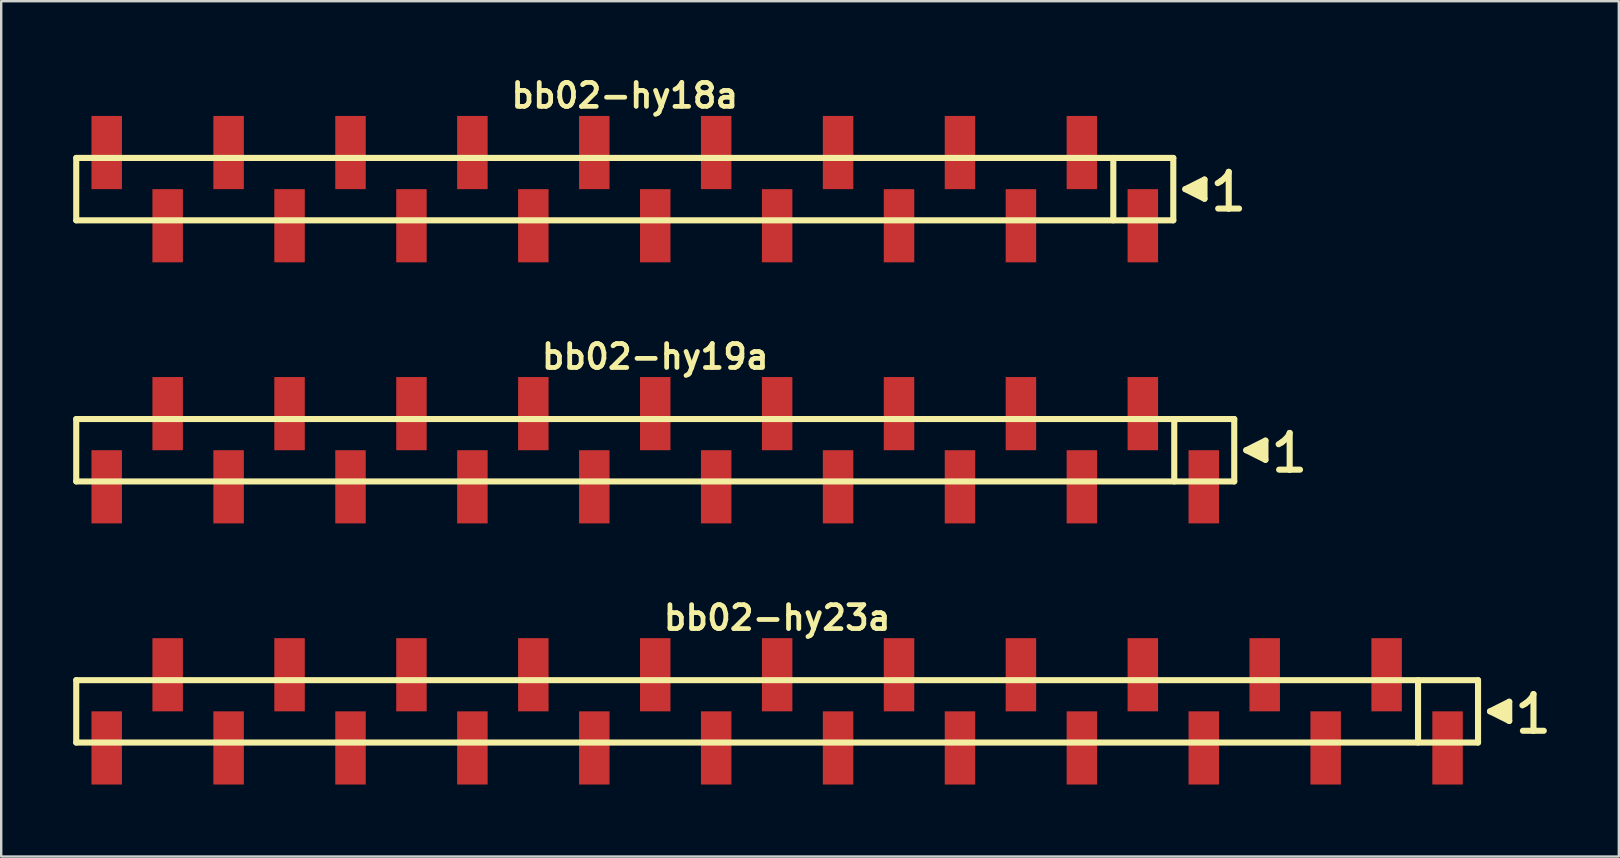
<source format=kicad_pcb>
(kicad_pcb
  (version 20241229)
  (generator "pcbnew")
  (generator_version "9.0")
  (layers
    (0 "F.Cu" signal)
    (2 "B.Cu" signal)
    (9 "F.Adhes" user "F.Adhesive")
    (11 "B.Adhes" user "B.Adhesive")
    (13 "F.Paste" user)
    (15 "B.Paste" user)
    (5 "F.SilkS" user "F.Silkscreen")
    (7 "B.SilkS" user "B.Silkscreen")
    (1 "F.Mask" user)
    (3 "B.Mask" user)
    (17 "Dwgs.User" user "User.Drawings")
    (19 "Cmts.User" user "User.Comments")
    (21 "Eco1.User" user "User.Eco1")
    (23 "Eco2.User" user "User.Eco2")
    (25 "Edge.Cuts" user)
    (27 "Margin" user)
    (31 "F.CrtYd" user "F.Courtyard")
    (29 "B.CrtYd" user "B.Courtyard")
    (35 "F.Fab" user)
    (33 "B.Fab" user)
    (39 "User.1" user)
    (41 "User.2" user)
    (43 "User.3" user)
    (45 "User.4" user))
  (footprint "bb02-hy23a"
    (layer "F.Cu")
    (at 29.337 26.595)
    (property "Reference" "bb02-hy23a" (at 0 -3.9 0) (layer "F.SilkS") (effects (font (size 0.998 0.998) (thickness 0.198))))
    (attr through_hole)
    (fp_line (start -29.21 -1.3) (end 29.21 -1.3) (stroke (width 0.254) (type solid)) (layer "F.SilkS"))
    (fp_line (start -29.21 1.3) (end -29.21 -1.3) (stroke (width 0.254) (type solid)) (layer "F.SilkS"))
    (fp_line (start 26.71 1.3) (end 26.71 -1.3) (stroke (width 0.254) (type solid)) (layer "F.SilkS"))
    (fp_line (start 29.21 -1.3) (end 29.21 1.3) (stroke (width 0.254) (type solid)) (layer "F.SilkS"))
    (fp_line (start 29.21 1.3) (end -29.21 1.3) (stroke (width 0.254) (type solid)) (layer "F.SilkS"))
    (fp_line (start 29.71 0) (end 30.51 0.4) (stroke (width 0.254) (type solid)) (layer "F.SilkS"))
    (fp_line (start 30.01 0.1) (end 30.01 -0.1) (stroke (width 0.254) (type solid)) (layer "F.SilkS"))
    (fp_line (start 30.11 -0.1) (end 30.11 0.1) (stroke (width 0.254) (type solid)) (layer "F.SilkS"))
    (fp_line (start 30.21 0.2) (end 30.21 -0.2) (stroke (width 0.254) (type solid)) (layer "F.SilkS"))
    (fp_line (start 30.31 -0.2) (end 30.31 0.2) (stroke (width 0.254) (type solid)) (layer "F.SilkS"))
    (fp_line (start 30.41 0.3) (end 30.41 -0.3) (stroke (width 0.254) (type solid)) (layer "F.SilkS"))
    (fp_line (start 30.51 -0.4) (end 29.71 0) (stroke (width 0.254) (type solid)) (layer "F.SilkS"))
    (fp_line (start 30.51 0.4) (end 30.51 -0.4) (stroke (width 0.254) (type solid)) (layer "F.SilkS"))
    (fp_line (start 31.06 -0.25) (end 31.19 -0.33) (stroke (width 0.254) (type solid)) (layer "F.SilkS"))
    (fp_line (start 31.19 -0.33) (end 31.35 -0.46) (stroke (width 0.254) (type solid)) (layer "F.SilkS"))
    (fp_line (start 31.35 -0.46) (end 31.49 -0.63) (stroke (width 0.254) (type solid)) (layer "F.SilkS"))
    (fp_line (start 31.49 -0.63) (end 31.52 -0.72) (stroke (width 0.254) (type solid)) (layer "F.SilkS"))
    (fp_line (start 31.52 -0.72) (end 31.52 0.81) (stroke (width 0.254) (type solid)) (layer "F.SilkS"))
    (fp_line (start 31.52 0.81) (end 31.08 0.81) (stroke (width 0.254) (type solid)) (layer "F.SilkS"))
    (fp_line (start 31.95 0.81) (end 31.51 0.81) (stroke (width 0.254) (type solid)) (layer "F.SilkS"))
    (pad "1" smd rect (at 27.94 1.525) (size 1.27 3.05) (layers "F.Cu" "F.Mask" "F.Paste"))
    (pad "2" smd rect (at 25.4 -1.525) (size 1.27 3.05) (layers "F.Cu" "F.Mask" "F.Paste"))
    (pad "3" smd rect (at 22.86 1.525) (size 1.27 3.05) (layers "F.Cu" "F.Mask" "F.Paste"))
    (pad "4" smd rect (at 20.32 -1.525) (size 1.27 3.05) (layers "F.Cu" "F.Mask" "F.Paste"))
    (pad "5" smd rect (at 17.78 1.525) (size 1.27 3.05) (layers "F.Cu" "F.Mask" "F.Paste"))
    (pad "6" smd rect (at 15.24 -1.525) (size 1.27 3.05) (layers "F.Cu" "F.Mask" "F.Paste"))
    (pad "7" smd rect (at 12.7 1.525) (size 1.27 3.05) (layers "F.Cu" "F.Mask" "F.Paste"))
    (pad "8" smd rect (at 10.16 -1.525) (size 1.27 3.05) (layers "F.Cu" "F.Mask" "F.Paste"))
    (pad "9" smd rect (at 7.62 1.525) (size 1.27 3.05) (layers "F.Cu" "F.Mask" "F.Paste"))
    (pad "10" smd rect (at 5.08 -1.525) (size 1.27 3.05) (layers "F.Cu" "F.Mask" "F.Paste"))
    (pad "11" smd rect (at 2.54 1.525) (size 1.27 3.05) (layers "F.Cu" "F.Mask" "F.Paste"))
    (pad "12" smd rect (at 0 -1.525) (size 1.27 3.05) (layers "F.Cu" "F.Mask" "F.Paste"))
    (pad "13" smd rect (at -2.54 1.525) (size 1.27 3.05) (layers "F.Cu" "F.Mask" "F.Paste"))
    (pad "14" smd rect (at -5.08 -1.525) (size 1.27 3.05) (layers "F.Cu" "F.Mask" "F.Paste"))
    (pad "15" smd rect (at -7.62 1.525) (size 1.27 3.05) (layers "F.Cu" "F.Mask" "F.Paste"))
    (pad "16" smd rect (at -10.16 -1.525) (size 1.27 3.05) (layers "F.Cu" "F.Mask" "F.Paste"))
    (pad "17" smd rect (at -12.7 1.525) (size 1.27 3.05) (layers "F.Cu" "F.Mask" "F.Paste"))
    (pad "18" smd rect (at -15.24 -1.525) (size 1.27 3.05) (layers "F.Cu" "F.Mask" "F.Paste"))
    (pad "19" smd rect (at -17.78 1.525) (size 1.27 3.05) (layers "F.Cu" "F.Mask" "F.Paste"))
    (pad "20" smd rect (at -20.32 -1.525) (size 1.27 3.05) (layers "F.Cu" "F.Mask" "F.Paste"))
    (pad "21" smd rect (at -22.86 1.525) (size 1.27 3.05) (layers "F.Cu" "F.Mask" "F.Paste"))
    (pad "22" smd rect (at -25.4 -1.525) (size 1.27 3.05) (layers "F.Cu" "F.Mask" "F.Paste"))
    (pad "23" smd rect (at -27.94 1.525) (size 1.27 3.05) (layers "F.Cu" "F.Mask" "F.Paste")))
  (footprint "bb02-hy18a"
    (layer "F.Cu")
    (at 22.987 4.832)
    (property "Reference" "bb02-hy18a" (at 0 -3.9 0) (layer "F.SilkS") (effects (font (size 0.998 0.998) (thickness 0.198))))
    (attr through_hole)
    (fp_line (start -22.86 -1.3) (end 22.86 -1.3) (stroke (width 0.254) (type solid)) (layer "F.SilkS"))
    (fp_line (start -22.86 1.3) (end -22.86 -1.3) (stroke (width 0.254) (type solid)) (layer "F.SilkS"))
    (fp_line (start 20.36 1.3) (end 20.36 -1.3) (stroke (width 0.254) (type solid)) (layer "F.SilkS"))
    (fp_line (start 22.86 -1.3) (end 22.86 1.3) (stroke (width 0.254) (type solid)) (layer "F.SilkS"))
    (fp_line (start 22.86 1.3) (end -22.86 1.3) (stroke (width 0.254) (type solid)) (layer "F.SilkS"))
    (fp_line (start 23.36 0) (end 24.16 0.4) (stroke (width 0.254) (type solid)) (layer "F.SilkS"))
    (fp_line (start 23.66 0.1) (end 23.66 -0.1) (stroke (width 0.254) (type solid)) (layer "F.SilkS"))
    (fp_line (start 23.76 -0.1) (end 23.76 0.1) (stroke (width 0.254) (type solid)) (layer "F.SilkS"))
    (fp_line (start 23.86 0.2) (end 23.86 -0.2) (stroke (width 0.254) (type solid)) (layer "F.SilkS"))
    (fp_line (start 23.96 -0.2) (end 23.96 0.2) (stroke (width 0.254) (type solid)) (layer "F.SilkS"))
    (fp_line (start 24.06 0.3) (end 24.06 -0.3) (stroke (width 0.254) (type solid)) (layer "F.SilkS"))
    (fp_line (start 24.16 -0.4) (end 23.36 0) (stroke (width 0.254) (type solid)) (layer "F.SilkS"))
    (fp_line (start 24.16 0.4) (end 24.16 -0.4) (stroke (width 0.254) (type solid)) (layer "F.SilkS"))
    (fp_line (start 24.71 -0.25) (end 24.84 -0.33) (stroke (width 0.254) (type solid)) (layer "F.SilkS"))
    (fp_line (start 24.84 -0.33) (end 25 -0.46) (stroke (width 0.254) (type solid)) (layer "F.SilkS"))
    (fp_line (start 25 -0.46) (end 25.14 -0.63) (stroke (width 0.254) (type solid)) (layer "F.SilkS"))
    (fp_line (start 25.14 -0.63) (end 25.17 -0.72) (stroke (width 0.254) (type solid)) (layer "F.SilkS"))
    (fp_line (start 25.17 -0.72) (end 25.17 0.81) (stroke (width 0.254) (type solid)) (layer "F.SilkS"))
    (fp_line (start 25.17 0.81) (end 24.73 0.81) (stroke (width 0.254) (type solid)) (layer "F.SilkS"))
    (fp_line (start 25.6 0.81) (end 25.16 0.81) (stroke (width 0.254) (type solid)) (layer "F.SilkS"))
    (pad "1" smd rect (at 21.59 1.525) (size 1.27 3.05) (layers "F.Cu" "F.Mask" "F.Paste"))
    (pad "2" smd rect (at 19.05 -1.525) (size 1.27 3.05) (layers "F.Cu" "F.Mask" "F.Paste"))
    (pad "3" smd rect (at 16.51 1.525) (size 1.27 3.05) (layers "F.Cu" "F.Mask" "F.Paste"))
    (pad "4" smd rect (at 13.97 -1.525) (size 1.27 3.05) (layers "F.Cu" "F.Mask" "F.Paste"))
    (pad "5" smd rect (at 11.43 1.525) (size 1.27 3.05) (layers "F.Cu" "F.Mask" "F.Paste"))
    (pad "6" smd rect (at 8.89 -1.525) (size 1.27 3.05) (layers "F.Cu" "F.Mask" "F.Paste"))
    (pad "7" smd rect (at 6.35 1.525) (size 1.27 3.05) (layers "F.Cu" "F.Mask" "F.Paste"))
    (pad "8" smd rect (at 3.81 -1.525) (size 1.27 3.05) (layers "F.Cu" "F.Mask" "F.Paste"))
    (pad "9" smd rect (at 1.27 1.525) (size 1.27 3.05) (layers "F.Cu" "F.Mask" "F.Paste"))
    (pad "10" smd rect (at -1.27 -1.525) (size 1.27 3.05) (layers "F.Cu" "F.Mask" "F.Paste"))
    (pad "11" smd rect (at -3.81 1.525) (size 1.27 3.05) (layers "F.Cu" "F.Mask" "F.Paste"))
    (pad "12" smd rect (at -6.35 -1.525) (size 1.27 3.05) (layers "F.Cu" "F.Mask" "F.Paste"))
    (pad "13" smd rect (at -8.89 1.525) (size 1.27 3.05) (layers "F.Cu" "F.Mask" "F.Paste"))
    (pad "14" smd rect (at -11.43 -1.525) (size 1.27 3.05) (layers "F.Cu" "F.Mask" "F.Paste"))
    (pad "15" smd rect (at -13.97 1.525) (size 1.27 3.05) (layers "F.Cu" "F.Mask" "F.Paste"))
    (pad "16" smd rect (at -16.51 -1.525) (size 1.27 3.05) (layers "F.Cu" "F.Mask" "F.Paste"))
    (pad "17" smd rect (at -19.05 1.525) (size 1.27 3.05) (layers "F.Cu" "F.Mask" "F.Paste"))
    (pad "18" smd rect (at -21.59 -1.525) (size 1.27 3.05) (layers "F.Cu" "F.Mask" "F.Paste")))
  (footprint "bb02-hy19a"
    (layer "F.Cu")
    (at 24.257 15.713)
    (property "Reference" "bb02-hy19a" (at 0 -3.9 0) (layer "F.SilkS") (effects (font (size 0.998 0.998) (thickness 0.198))))
    (attr through_hole)
    (fp_line (start -24.13 -1.3) (end 24.13 -1.3) (stroke (width 0.254) (type solid)) (layer "F.SilkS"))
    (fp_line (start -24.13 1.3) (end -24.13 -1.3) (stroke (width 0.254) (type solid)) (layer "F.SilkS"))
    (fp_line (start 21.63 1.3) (end 21.63 -1.3) (stroke (width 0.254) (type solid)) (layer "F.SilkS"))
    (fp_line (start 24.13 -1.3) (end 24.13 1.3) (stroke (width 0.254) (type solid)) (layer "F.SilkS"))
    (fp_line (start 24.13 1.3) (end -24.13 1.3) (stroke (width 0.254) (type solid)) (layer "F.SilkS"))
    (fp_line (start 24.63 0) (end 25.43 0.4) (stroke (width 0.254) (type solid)) (layer "F.SilkS"))
    (fp_line (start 24.93 0.1) (end 24.93 -0.1) (stroke (width 0.254) (type solid)) (layer "F.SilkS"))
    (fp_line (start 25.03 -0.1) (end 25.03 0.1) (stroke (width 0.254) (type solid)) (layer "F.SilkS"))
    (fp_line (start 25.13 0.2) (end 25.13 -0.2) (stroke (width 0.254) (type solid)) (layer "F.SilkS"))
    (fp_line (start 25.23 -0.2) (end 25.23 0.2) (stroke (width 0.254) (type solid)) (layer "F.SilkS"))
    (fp_line (start 25.33 0.3) (end 25.33 -0.3) (stroke (width 0.254) (type solid)) (layer "F.SilkS"))
    (fp_line (start 25.43 -0.4) (end 24.63 0) (stroke (width 0.254) (type solid)) (layer "F.SilkS"))
    (fp_line (start 25.43 0.4) (end 25.43 -0.4) (stroke (width 0.254) (type solid)) (layer "F.SilkS"))
    (fp_line (start 25.98 -0.25) (end 26.11 -0.33) (stroke (width 0.254) (type solid)) (layer "F.SilkS"))
    (fp_line (start 26.11 -0.33) (end 26.27 -0.46) (stroke (width 0.254) (type solid)) (layer "F.SilkS"))
    (fp_line (start 26.27 -0.46) (end 26.41 -0.63) (stroke (width 0.254) (type solid)) (layer "F.SilkS"))
    (fp_line (start 26.41 -0.63) (end 26.44 -0.72) (stroke (width 0.254) (type solid)) (layer "F.SilkS"))
    (fp_line (start 26.44 -0.72) (end 26.44 0.81) (stroke (width 0.254) (type solid)) (layer "F.SilkS"))
    (fp_line (start 26.44 0.81) (end 26 0.81) (stroke (width 0.254) (type solid)) (layer "F.SilkS"))
    (fp_line (start 26.87 0.81) (end 26.43 0.81) (stroke (width 0.254) (type solid)) (layer "F.SilkS"))
    (pad "1" smd rect (at 22.86 1.525) (size 1.27 3.05) (layers "F.Cu" "F.Mask" "F.Paste"))
    (pad "2" smd rect (at 20.32 -1.525) (size 1.27 3.05) (layers "F.Cu" "F.Mask" "F.Paste"))
    (pad "3" smd rect (at 17.78 1.525) (size 1.27 3.05) (layers "F.Cu" "F.Mask" "F.Paste"))
    (pad "4" smd rect (at 15.24 -1.525) (size 1.27 3.05) (layers "F.Cu" "F.Mask" "F.Paste"))
    (pad "5" smd rect (at 12.7 1.525) (size 1.27 3.05) (layers "F.Cu" "F.Mask" "F.Paste"))
    (pad "6" smd rect (at 10.16 -1.525) (size 1.27 3.05) (layers "F.Cu" "F.Mask" "F.Paste"))
    (pad "7" smd rect (at 7.62 1.525) (size 1.27 3.05) (layers "F.Cu" "F.Mask" "F.Paste"))
    (pad "8" smd rect (at 5.08 -1.525) (size 1.27 3.05) (layers "F.Cu" "F.Mask" "F.Paste"))
    (pad "9" smd rect (at 2.54 1.525) (size 1.27 3.05) (layers "F.Cu" "F.Mask" "F.Paste"))
    (pad "10" smd rect (at 0 -1.525) (size 1.27 3.05) (layers "F.Cu" "F.Mask" "F.Paste"))
    (pad "11" smd rect (at -2.54 1.525) (size 1.27 3.05) (layers "F.Cu" "F.Mask" "F.Paste"))
    (pad "12" smd rect (at -5.08 -1.525) (size 1.27 3.05) (layers "F.Cu" "F.Mask" "F.Paste"))
    (pad "13" smd rect (at -7.62 1.525) (size 1.27 3.05) (layers "F.Cu" "F.Mask" "F.Paste"))
    (pad "14" smd rect (at -10.16 -1.525) (size 1.27 3.05) (layers "F.Cu" "F.Mask" "F.Paste"))
    (pad "15" smd rect (at -12.7 1.525) (size 1.27 3.05) (layers "F.Cu" "F.Mask" "F.Paste"))
    (pad "16" smd rect (at -15.24 -1.525) (size 1.27 3.05) (layers "F.Cu" "F.Mask" "F.Paste"))
    (pad "17" smd rect (at -17.78 1.525) (size 1.27 3.05) (layers "F.Cu" "F.Mask" "F.Paste"))
    (pad "18" smd rect (at -20.32 -1.525) (size 1.27 3.05) (layers "F.Cu" "F.Mask" "F.Paste"))
    (pad "19" smd rect (at -22.86 1.525) (size 1.27 3.05) (layers "F.Cu" "F.Mask" "F.Paste")))
  (gr_rect
    (start -3 -3)
    (end 64.414 32.645)
    (stroke (width 0.1) (type default))
    (fill no)
    (layer "Edge.Cuts")))
</source>
